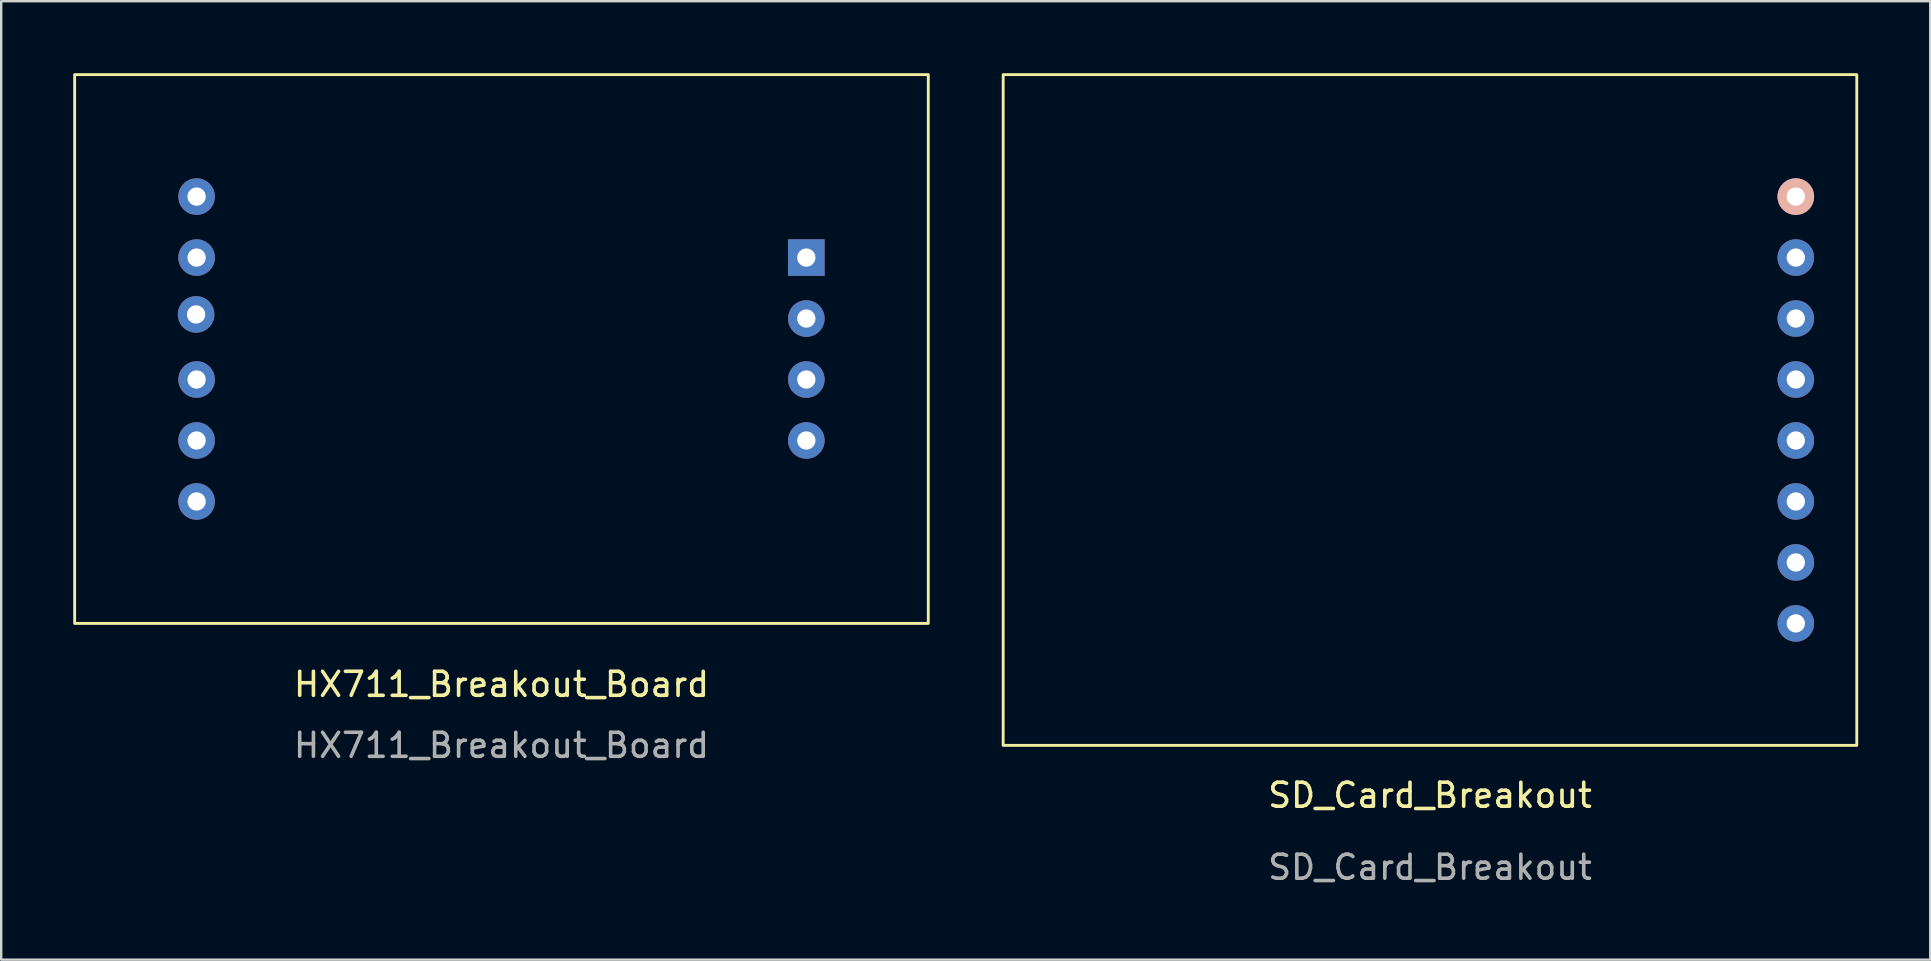
<source format=kicad_pcb>
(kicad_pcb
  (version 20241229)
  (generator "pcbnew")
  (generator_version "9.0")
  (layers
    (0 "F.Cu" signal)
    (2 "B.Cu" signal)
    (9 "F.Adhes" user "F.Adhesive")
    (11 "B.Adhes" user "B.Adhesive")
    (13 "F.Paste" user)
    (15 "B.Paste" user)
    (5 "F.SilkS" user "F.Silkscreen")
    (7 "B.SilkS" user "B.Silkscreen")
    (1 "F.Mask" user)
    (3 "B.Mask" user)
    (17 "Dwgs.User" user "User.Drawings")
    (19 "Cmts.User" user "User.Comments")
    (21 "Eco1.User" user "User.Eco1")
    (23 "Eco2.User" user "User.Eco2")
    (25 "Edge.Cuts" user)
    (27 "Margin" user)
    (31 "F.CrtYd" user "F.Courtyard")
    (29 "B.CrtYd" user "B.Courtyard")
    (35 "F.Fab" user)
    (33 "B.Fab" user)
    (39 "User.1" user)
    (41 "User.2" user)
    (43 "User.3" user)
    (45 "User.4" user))
  (footprint "SD_Card_Breakout"
    (layer "F.Cu")
    (at 56.52 15.3)
    (property "Reference" "SD_Card_Breakout" (at 0 14.78 0) (unlocked yes) (layer "F.SilkS") (effects (font (size 1 1) (thickness 0.15))))
    (attr through_hole)
    (fp_rect (start -17.78 -15.24) (end 17.78 12.7) (stroke (width 0.12) (type solid)) (fill no) (layer "F.SilkS"))
    (fp_text user "${REFERENCE}" (at 0 17.78 0) (unlocked yes) (layer "F.Fab") (effects (font (size 1 1) (thickness 0.15))))
    (pad "1" thru_hole circle (at 15.24 -10.16) (size 1.524 1.524) (drill 0.762) (layers "*.Cu" "*.Mask" "B.SilkS"))
    (pad "2" thru_hole circle (at 15.24 -7.62) (size 1.524 1.524) (drill 0.762) (layers "*.Cu" "*.Mask"))
    (pad "3" thru_hole circle (at 15.24 -5.08) (size 1.524 1.524) (drill 0.762) (layers "*.Cu" "*.Mask"))
    (pad "4" thru_hole circle (at 15.24 -2.54) (size 1.524 1.524) (drill 0.762) (layers "*.Cu" "*.Mask"))
    (pad "5" thru_hole circle (at 15.24 0) (size 1.524 1.524) (drill 0.762) (layers "*.Cu" "*.Mask"))
    (pad "6" thru_hole circle (at 15.24 2.54) (size 1.524 1.524) (drill 0.762) (layers "*.Cu" "*.Mask"))
    (pad "7" thru_hole circle (at 15.24 5.08) (size 1.524 1.524) (drill 0.762) (layers "*.Cu" "*.Mask"))
    (pad "8" thru_hole circle (at 15.24 7.62) (size 1.524 1.524) (drill 0.762) (layers "*.Cu" "*.Mask")))
  (footprint "HX711_Breakout_Board"
    (layer "F.Cu")
    (at 17.84 12.76)
    (property "Reference" "HX711_Breakout_Board" (at 0 12.7 0) (unlocked yes) (layer "F.SilkS") (effects (font (size 1 1) (thickness 0.15))))
    (attr through_hole)
    (fp_rect (start -17.78 -12.7) (end 17.78 10.16) (stroke (width 0.12) (type solid)) (fill no) (layer "F.SilkS"))
    (fp_text user "${REFERENCE}" (at 0 15.24 0) (unlocked yes) (layer "F.Fab") (effects (font (size 1 1) (thickness 0.15))))
    (pad "1" thru_hole circle (at -12.7 -7.62) (size 1.524 1.524) (drill 0.762) (layers "*.Cu" "*.Mask"))
    (pad "2" thru_hole circle (at -12.7 -5.08) (size 1.524 1.524) (drill 0.762) (layers "*.Cu" "*.Mask"))
    (pad "3" thru_hole circle (at -12.721 -2.711) (size 1.524 1.524) (drill 0.762) (layers "*.Cu" "*.Mask"))
    (pad "4" thru_hole circle (at -12.7 0) (size 1.524 1.524) (drill 0.762) (layers "*.Cu" "*.Mask"))
    (pad "5" thru_hole circle (at -12.7 2.54) (size 1.524 1.524) (drill 0.762) (layers "*.Cu" "*.Mask"))
    (pad "6" thru_hole circle (at -12.7 5.08) (size 1.524 1.524) (drill 0.762) (layers "*.Cu" "*.Mask"))
    (pad "7" thru_hole rect (at 12.7 -5.08) (size 1.524 1.524) (drill 0.762) (layers "*.Cu" "*.Mask"))
    (pad "8" thru_hole circle (at 12.7 -2.54) (size 1.524 1.524) (drill 0.762) (layers "*.Cu" "*.Mask"))
    (pad "9" thru_hole circle (at 12.7 0) (size 1.524 1.524) (drill 0.762) (layers "*.Cu" "*.Mask"))
    (pad "10" thru_hole circle (at 12.7 2.54) (size 1.524 1.524) (drill 0.762) (layers "*.Cu" "*.Mask")))
  (gr_rect
    (start -3 -3)
    (end 77.36 36.928)
    (stroke (width 0.1) (type default))
    (fill no)
    (layer "Edge.Cuts")))
</source>
